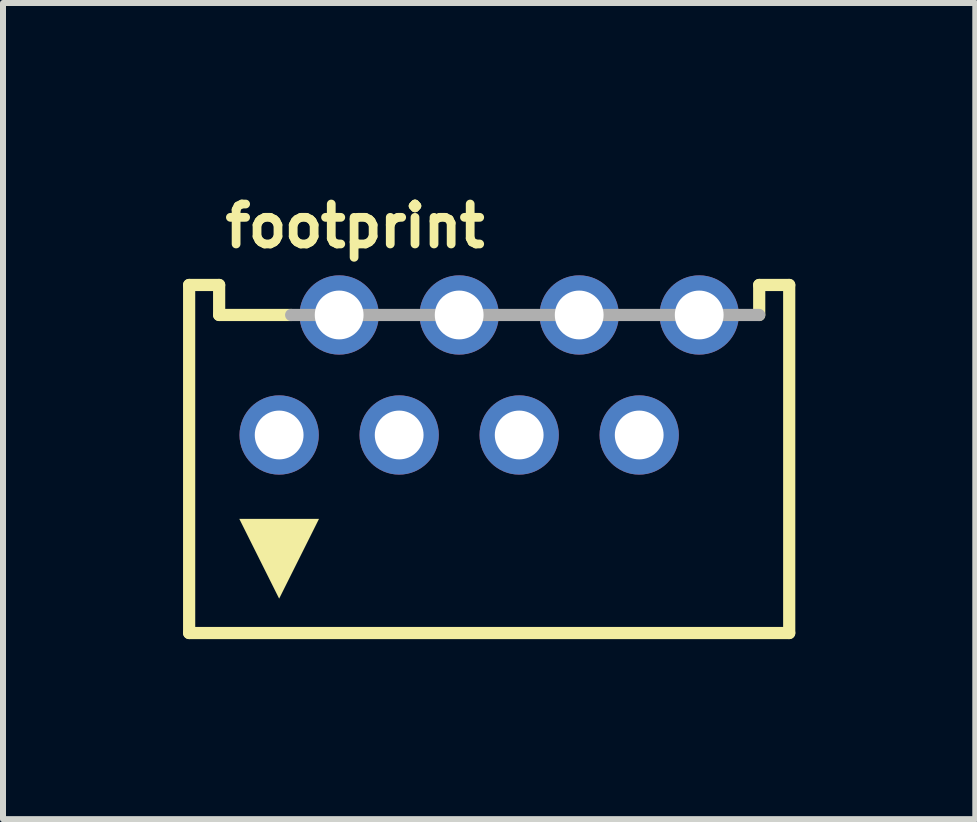
<source format=kicad_pcb>
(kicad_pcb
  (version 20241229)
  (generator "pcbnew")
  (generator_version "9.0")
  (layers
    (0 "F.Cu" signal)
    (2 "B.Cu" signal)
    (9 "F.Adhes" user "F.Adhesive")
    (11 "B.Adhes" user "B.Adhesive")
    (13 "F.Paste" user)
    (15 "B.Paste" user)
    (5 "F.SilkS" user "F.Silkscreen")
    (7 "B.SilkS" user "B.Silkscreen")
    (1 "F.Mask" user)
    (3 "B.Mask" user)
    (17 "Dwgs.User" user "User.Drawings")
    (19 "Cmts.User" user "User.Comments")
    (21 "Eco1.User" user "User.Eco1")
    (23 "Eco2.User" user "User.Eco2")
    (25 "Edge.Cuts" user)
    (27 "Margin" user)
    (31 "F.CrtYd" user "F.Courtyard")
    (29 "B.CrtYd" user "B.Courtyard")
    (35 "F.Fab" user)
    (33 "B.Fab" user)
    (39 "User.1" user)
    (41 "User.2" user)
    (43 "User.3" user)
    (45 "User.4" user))
  (footprint "footprint"
    (layer "F.Cu")
    (at 5.102 4.199)
    (property "Reference" "footprint" (at -4.472 -3.094 0) (layer "F.SilkS") (effects (font (size 0.666 0.666) (thickness 0.146)) (justify left bottom)))
    (fp_line (start -5 -2.5) (end -5 3.3) (stroke (width 0.203) (type solid)) (layer "F.SilkS"))
    (fp_line (start -5 3.3) (end 5 3.3) (stroke (width 0.203) (type solid)) (layer "F.SilkS"))
    (fp_line (start -4.5 -2.5) (end -5 -2.5) (stroke (width 0.203) (type solid)) (layer "F.SilkS"))
    (fp_line (start -4.5 -2) (end -4.5 -2.5) (stroke (width 0.203) (type solid)) (layer "F.SilkS"))
    (fp_line (start -4.5 -2) (end -3.3 -2) (stroke (width 0.203) (type solid)) (layer "F.SilkS"))
    (fp_line (start 4.5 -2.5) (end 5 -2.5) (stroke (width 0.203) (type solid)) (layer "F.SilkS"))
    (fp_line (start 4.5 -2) (end 4.5 -2.5) (stroke (width 0.203) (type solid)) (layer "F.SilkS"))
    (fp_line (start 5 -2.5) (end 5 3.3) (stroke (width 0.203) (type solid)) (layer "F.SilkS"))
    (fp_poly (pts (xy -3.5 2.727) (xy -4.164 1.398) (xy -2.836 1.398)) (stroke (width 0) (type solid)) (fill yes) (layer "F.SilkS"))
    (fp_line (start -3.3 -2) (end 4.5 -2) (stroke (width 0.203) (type solid)) (layer "F.Fab"))
    (pad "1" thru_hole circle (at -3.5 0) (size 1.321 1.321) (drill 0.813) (layers "*.Cu" "*.Mask"))
    (pad "2" thru_hole circle (at -2.5 -2) (size 1.321 1.321) (drill 0.813) (layers "*.Cu" "*.Mask"))
    (pad "3" thru_hole circle (at -1.5 0) (size 1.321 1.321) (drill 0.813) (layers "*.Cu" "*.Mask"))
    (pad "4" thru_hole circle (at -0.5 -2) (size 1.321 1.321) (drill 0.813) (layers "*.Cu" "*.Mask"))
    (pad "5" thru_hole circle (at 0.5 0) (size 1.321 1.321) (drill 0.813) (layers "*.Cu" "*.Mask"))
    (pad "6" thru_hole circle (at 1.5 -2) (size 1.321 1.321) (drill 0.813) (layers "*.Cu" "*.Mask"))
    (pad "7" thru_hole circle (at 2.5 0) (size 1.321 1.321) (drill 0.813) (layers "*.Cu" "*.Mask"))
    (pad "8" thru_hole circle (at 3.5 -2) (size 1.321 1.321) (drill 0.813) (layers "*.Cu" "*.Mask")))
  (gr_rect
    (start -3 -3)
    (end 13.203 10.601)
    (stroke (width 0.1) (type default))
    (fill no)
    (layer "Edge.Cuts")))
</source>
